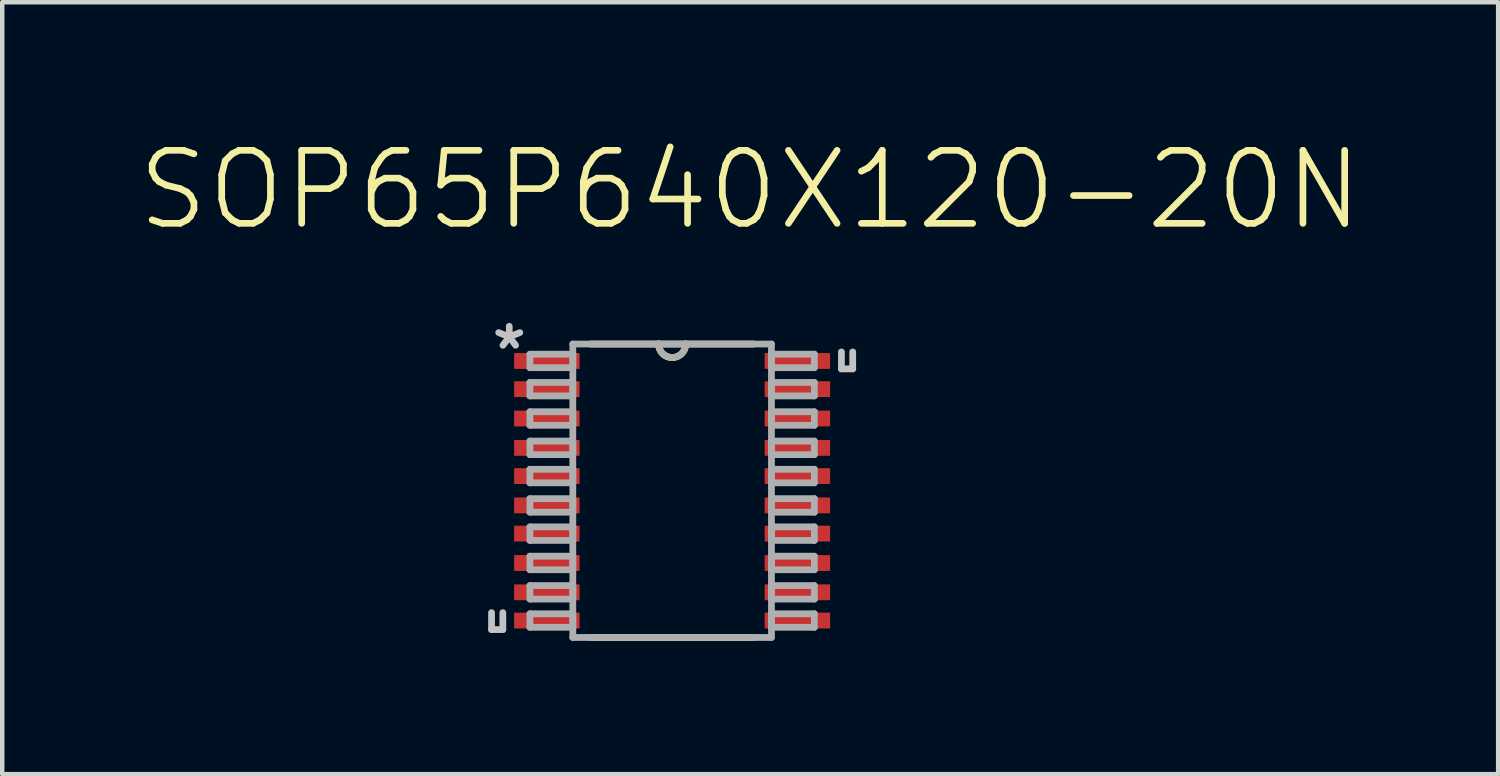
<source format=kicad_pcb>
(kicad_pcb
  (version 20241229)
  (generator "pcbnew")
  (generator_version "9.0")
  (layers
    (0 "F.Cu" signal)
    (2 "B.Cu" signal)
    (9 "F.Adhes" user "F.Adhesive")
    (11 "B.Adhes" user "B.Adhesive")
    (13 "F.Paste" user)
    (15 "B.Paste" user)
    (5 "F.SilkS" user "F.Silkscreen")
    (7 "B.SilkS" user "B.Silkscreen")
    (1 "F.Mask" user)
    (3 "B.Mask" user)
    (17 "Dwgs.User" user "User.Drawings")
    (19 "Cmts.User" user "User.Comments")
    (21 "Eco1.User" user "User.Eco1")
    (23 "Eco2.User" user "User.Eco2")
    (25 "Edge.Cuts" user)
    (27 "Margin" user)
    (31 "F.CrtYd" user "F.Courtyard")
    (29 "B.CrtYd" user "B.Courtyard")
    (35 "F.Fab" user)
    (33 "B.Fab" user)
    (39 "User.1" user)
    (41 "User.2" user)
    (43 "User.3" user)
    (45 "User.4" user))
  (footprint "SOP65P640X120-20N"
    (layer "F.Cu")
    (at 12.076 7.994)
    (property "Reference" "SOP65P640X120-20N" (at 1.756 -6.77 0) (layer "F.SilkS") (effects (font (size 1.643 1.643) (thickness 0.15))))
    (attr smd)
    (fp_line (start -1.829 3.302) (end 1.829 3.302) (stroke (width 0.152) (type solid)) (layer "F.SilkS"))
    (fp_line (start -0.305 -3.302) (end -1.829 -3.302) (stroke (width 0.152) (type solid)) (layer "F.SilkS"))
    (fp_line (start 0.305 -3.302) (end -0.305 -3.302) (stroke (width 0.152) (type solid)) (layer "F.SilkS"))
    (fp_line (start 1.829 -3.302) (end 0.305 -3.302) (stroke (width 0.152) (type solid)) (layer "F.SilkS"))
    (fp_arc (start 0.3048 -3.302) (mid 0 -2.9972) (end -0.3048 -3.302) (stroke (width 0.1524) (type solid)) (layer "F.SilkS"))
    (fp_line (start -4.064 2.743) (end -4.064 3.124) (stroke (width 0.152) (type solid)) (layer "Dwgs.User"))
    (fp_line (start -4.064 3.124) (end -3.81 3.124) (stroke (width 0.152) (type solid)) (layer "Dwgs.User"))
    (fp_line (start -3.81 3.124) (end -3.81 2.743) (stroke (width 0.152) (type solid)) (layer "Dwgs.User"))
    (fp_line (start 3.81 -2.743) (end 3.81 -3.124) (stroke (width 0.152) (type solid)) (layer "Dwgs.User"))
    (fp_line (start 4.064 -3.124) (end 4.064 -2.743) (stroke (width 0.152) (type solid)) (layer "Dwgs.User"))
    (fp_line (start 4.064 -2.743) (end 3.81 -2.743) (stroke (width 0.152) (type solid)) (layer "Dwgs.User"))
    (fp_line (start -3.2 -3.073) (end -3.2 -2.769) (stroke (width 0.152) (type solid)) (layer "F.Fab"))
    (fp_line (start -3.2 -2.769) (end -2.235 -2.769) (stroke (width 0.152) (type solid)) (layer "F.Fab"))
    (fp_line (start -3.2 -2.438) (end -3.2 -2.134) (stroke (width 0.152) (type solid)) (layer "F.Fab"))
    (fp_line (start -3.2 -2.134) (end -2.235 -2.134) (stroke (width 0.152) (type solid)) (layer "F.Fab"))
    (fp_line (start -3.2 -1.778) (end -3.2 -1.473) (stroke (width 0.152) (type solid)) (layer "F.Fab"))
    (fp_line (start -3.2 -1.473) (end -2.235 -1.473) (stroke (width 0.152) (type solid)) (layer "F.Fab"))
    (fp_line (start -3.2 -1.118) (end -3.2 -0.813) (stroke (width 0.152) (type solid)) (layer "F.Fab"))
    (fp_line (start -3.2 -0.813) (end -2.235 -0.813) (stroke (width 0.152) (type solid)) (layer "F.Fab"))
    (fp_line (start -3.2 -0.483) (end -3.2 -0.178) (stroke (width 0.152) (type solid)) (layer "F.Fab"))
    (fp_line (start -3.2 -0.178) (end -2.235 -0.178) (stroke (width 0.152) (type solid)) (layer "F.Fab"))
    (fp_line (start -3.2 0.178) (end -3.2 0.483) (stroke (width 0.152) (type solid)) (layer "F.Fab"))
    (fp_line (start -3.2 0.483) (end -2.235 0.483) (stroke (width 0.152) (type solid)) (layer "F.Fab"))
    (fp_line (start -3.2 0.813) (end -3.2 1.118) (stroke (width 0.152) (type solid)) (layer "F.Fab"))
    (fp_line (start -3.2 1.118) (end -2.235 1.118) (stroke (width 0.152) (type solid)) (layer "F.Fab"))
    (fp_line (start -3.2 1.473) (end -3.2 1.778) (stroke (width 0.152) (type solid)) (layer "F.Fab"))
    (fp_line (start -3.2 1.778) (end -2.235 1.778) (stroke (width 0.152) (type solid)) (layer "F.Fab"))
    (fp_line (start -3.2 2.134) (end -3.2 2.438) (stroke (width 0.152) (type solid)) (layer "F.Fab"))
    (fp_line (start -3.2 2.438) (end -2.235 2.438) (stroke (width 0.152) (type solid)) (layer "F.Fab"))
    (fp_line (start -3.2 2.769) (end -3.2 3.073) (stroke (width 0.152) (type solid)) (layer "F.Fab"))
    (fp_line (start -3.2 3.073) (end -2.235 3.073) (stroke (width 0.152) (type solid)) (layer "F.Fab"))
    (fp_line (start -2.235 -3.302) (end -2.235 3.302) (stroke (width 0.152) (type solid)) (layer "F.Fab"))
    (fp_line (start -2.235 -3.073) (end -3.2 -3.073) (stroke (width 0.152) (type solid)) (layer "F.Fab"))
    (fp_line (start -2.235 -2.769) (end -2.235 -3.073) (stroke (width 0.152) (type solid)) (layer "F.Fab"))
    (fp_line (start -2.235 -2.438) (end -3.2 -2.438) (stroke (width 0.152) (type solid)) (layer "F.Fab"))
    (fp_line (start -2.235 -2.134) (end -2.235 -2.438) (stroke (width 0.152) (type solid)) (layer "F.Fab"))
    (fp_line (start -2.235 -1.778) (end -3.2 -1.778) (stroke (width 0.152) (type solid)) (layer "F.Fab"))
    (fp_line (start -2.235 -1.473) (end -2.235 -1.778) (stroke (width 0.152) (type solid)) (layer "F.Fab"))
    (fp_line (start -2.235 -1.118) (end -3.2 -1.118) (stroke (width 0.152) (type solid)) (layer "F.Fab"))
    (fp_line (start -2.235 -0.813) (end -2.235 -1.118) (stroke (width 0.152) (type solid)) (layer "F.Fab"))
    (fp_line (start -2.235 -0.483) (end -3.2 -0.483) (stroke (width 0.152) (type solid)) (layer "F.Fab"))
    (fp_line (start -2.235 -0.178) (end -2.235 -0.483) (stroke (width 0.152) (type solid)) (layer "F.Fab"))
    (fp_line (start -2.235 0.178) (end -3.2 0.178) (stroke (width 0.152) (type solid)) (layer "F.Fab"))
    (fp_line (start -2.235 0.483) (end -2.235 0.178) (stroke (width 0.152) (type solid)) (layer "F.Fab"))
    (fp_line (start -2.235 0.813) (end -3.2 0.813) (stroke (width 0.152) (type solid)) (layer "F.Fab"))
    (fp_line (start -2.235 1.118) (end -2.235 0.813) (stroke (width 0.152) (type solid)) (layer "F.Fab"))
    (fp_line (start -2.235 1.473) (end -3.2 1.473) (stroke (width 0.152) (type solid)) (layer "F.Fab"))
    (fp_line (start -2.235 1.778) (end -2.235 1.473) (stroke (width 0.152) (type solid)) (layer "F.Fab"))
    (fp_line (start -2.235 2.134) (end -3.2 2.134) (stroke (width 0.152) (type solid)) (layer "F.Fab"))
    (fp_line (start -2.235 2.438) (end -2.235 2.134) (stroke (width 0.152) (type solid)) (layer "F.Fab"))
    (fp_line (start -2.235 2.769) (end -3.2 2.769) (stroke (width 0.152) (type solid)) (layer "F.Fab"))
    (fp_line (start -2.235 3.073) (end -2.235 2.769) (stroke (width 0.152) (type solid)) (layer "F.Fab"))
    (fp_line (start -2.235 3.302) (end 2.235 3.302) (stroke (width 0.152) (type solid)) (layer "F.Fab"))
    (fp_line (start -0.305 -3.302) (end -2.235 -3.302) (stroke (width 0.152) (type solid)) (layer "F.Fab"))
    (fp_line (start 0.305 -3.302) (end -0.305 -3.302) (stroke (width 0.152) (type solid)) (layer "F.Fab"))
    (fp_line (start 2.235 -3.302) (end 0.305 -3.302) (stroke (width 0.152) (type solid)) (layer "F.Fab"))
    (fp_line (start 2.235 -3.073) (end 2.235 -2.769) (stroke (width 0.152) (type solid)) (layer "F.Fab"))
    (fp_line (start 2.235 -2.769) (end 3.2 -2.769) (stroke (width 0.152) (type solid)) (layer "F.Fab"))
    (fp_line (start 2.235 -2.438) (end 2.235 -2.134) (stroke (width 0.152) (type solid)) (layer "F.Fab"))
    (fp_line (start 2.235 -2.134) (end 3.2 -2.134) (stroke (width 0.152) (type solid)) (layer "F.Fab"))
    (fp_line (start 2.235 -1.778) (end 2.235 -1.473) (stroke (width 0.152) (type solid)) (layer "F.Fab"))
    (fp_line (start 2.235 -1.473) (end 3.2 -1.473) (stroke (width 0.152) (type solid)) (layer "F.Fab"))
    (fp_line (start 2.235 -1.118) (end 2.235 -0.813) (stroke (width 0.152) (type solid)) (layer "F.Fab"))
    (fp_line (start 2.235 -0.813) (end 3.2 -0.813) (stroke (width 0.152) (type solid)) (layer "F.Fab"))
    (fp_line (start 2.235 -0.483) (end 2.235 -0.178) (stroke (width 0.152) (type solid)) (layer "F.Fab"))
    (fp_line (start 2.235 -0.178) (end 3.2 -0.178) (stroke (width 0.152) (type solid)) (layer "F.Fab"))
    (fp_line (start 2.235 0.178) (end 2.235 0.483) (stroke (width 0.152) (type solid)) (layer "F.Fab"))
    (fp_line (start 2.235 0.483) (end 3.2 0.483) (stroke (width 0.152) (type solid)) (layer "F.Fab"))
    (fp_line (start 2.235 0.813) (end 2.235 1.118) (stroke (width 0.152) (type solid)) (layer "F.Fab"))
    (fp_line (start 2.235 1.118) (end 3.2 1.118) (stroke (width 0.152) (type solid)) (layer "F.Fab"))
    (fp_line (start 2.235 1.473) (end 2.235 1.778) (stroke (width 0.152) (type solid)) (layer "F.Fab"))
    (fp_line (start 2.235 1.778) (end 3.2 1.778) (stroke (width 0.152) (type solid)) (layer "F.Fab"))
    (fp_line (start 2.235 2.134) (end 2.235 2.438) (stroke (width 0.152) (type solid)) (layer "F.Fab"))
    (fp_line (start 2.235 2.438) (end 3.2 2.438) (stroke (width 0.152) (type solid)) (layer "F.Fab"))
    (fp_line (start 2.235 2.769) (end 2.235 3.073) (stroke (width 0.152) (type solid)) (layer "F.Fab"))
    (fp_line (start 2.235 3.073) (end 3.2 3.073) (stroke (width 0.152) (type solid)) (layer "F.Fab"))
    (fp_line (start 2.235 3.302) (end 2.235 -3.302) (stroke (width 0.152) (type solid)) (layer "F.Fab"))
    (fp_line (start 3.2 -3.073) (end 2.235 -3.073) (stroke (width 0.152) (type solid)) (layer "F.Fab"))
    (fp_line (start 3.2 -2.769) (end 3.2 -3.073) (stroke (width 0.152) (type solid)) (layer "F.Fab"))
    (fp_line (start 3.2 -2.438) (end 2.235 -2.438) (stroke (width 0.152) (type solid)) (layer "F.Fab"))
    (fp_line (start 3.2 -2.134) (end 3.2 -2.438) (stroke (width 0.152) (type solid)) (layer "F.Fab"))
    (fp_line (start 3.2 -1.778) (end 2.235 -1.778) (stroke (width 0.152) (type solid)) (layer "F.Fab"))
    (fp_line (start 3.2 -1.473) (end 3.2 -1.778) (stroke (width 0.152) (type solid)) (layer "F.Fab"))
    (fp_line (start 3.2 -1.118) (end 2.235 -1.118) (stroke (width 0.152) (type solid)) (layer "F.Fab"))
    (fp_line (start 3.2 -0.813) (end 3.2 -1.118) (stroke (width 0.152) (type solid)) (layer "F.Fab"))
    (fp_line (start 3.2 -0.483) (end 2.235 -0.483) (stroke (width 0.152) (type solid)) (layer "F.Fab"))
    (fp_line (start 3.2 -0.178) (end 3.2 -0.483) (stroke (width 0.152) (type solid)) (layer "F.Fab"))
    (fp_line (start 3.2 0.178) (end 2.235 0.178) (stroke (width 0.152) (type solid)) (layer "F.Fab"))
    (fp_line (start 3.2 0.483) (end 3.2 0.178) (stroke (width 0.152) (type solid)) (layer "F.Fab"))
    (fp_line (start 3.2 0.813) (end 2.235 0.813) (stroke (width 0.152) (type solid)) (layer "F.Fab"))
    (fp_line (start 3.2 1.118) (end 3.2 0.813) (stroke (width 0.152) (type solid)) (layer "F.Fab"))
    (fp_line (start 3.2 1.473) (end 2.235 1.473) (stroke (width 0.152) (type solid)) (layer "F.Fab"))
    (fp_line (start 3.2 1.778) (end 3.2 1.473) (stroke (width 0.152) (type solid)) (layer "F.Fab"))
    (fp_line (start 3.2 2.134) (end 2.235 2.134) (stroke (width 0.152) (type solid)) (layer "F.Fab"))
    (fp_line (start 3.2 2.438) (end 3.2 2.134) (stroke (width 0.152) (type solid)) (layer "F.Fab"))
    (fp_line (start 3.2 2.769) (end 2.235 2.769) (stroke (width 0.152) (type solid)) (layer "F.Fab"))
    (fp_line (start 3.2 3.073) (end 3.2 2.769) (stroke (width 0.152) (type solid)) (layer "F.Fab"))
    (fp_arc (start 0.3048 -3.302) (mid 0 -2.9972) (end -0.3048 -3.302) (stroke (width 0.1524) (type solid)) (layer "F.Fab"))
    (fp_text user "*" (at -3.665 -3.156 0) (layer "Dwgs.User") (effects (font (size 1.002 1.002) (thickness 0.15))))
    (pad "1" smd rect (at -2.819 -2.921) (size 1.473 0.356) (layers "F.Cu" "F.Mask" "F.Paste"))
    (pad "2" smd rect (at -2.819 -2.286) (size 1.473 0.356) (layers "F.Cu" "F.Mask" "F.Paste"))
    (pad "3" smd rect (at -2.819 -1.626) (size 1.473 0.356) (layers "F.Cu" "F.Mask" "F.Paste"))
    (pad "4" smd rect (at -2.819 -0.965) (size 1.473 0.356) (layers "F.Cu" "F.Mask" "F.Paste"))
    (pad "5" smd rect (at -2.819 -0.33) (size 1.473 0.356) (layers "F.Cu" "F.Mask" "F.Paste"))
    (pad "6" smd rect (at -2.819 0.33) (size 1.473 0.356) (layers "F.Cu" "F.Mask" "F.Paste"))
    (pad "7" smd rect (at -2.819 0.965) (size 1.473 0.356) (layers "F.Cu" "F.Mask" "F.Paste"))
    (pad "8" smd rect (at -2.819 1.626) (size 1.473 0.356) (layers "F.Cu" "F.Mask" "F.Paste"))
    (pad "9" smd rect (at -2.819 2.286) (size 1.473 0.356) (layers "F.Cu" "F.Mask" "F.Paste"))
    (pad "10" smd rect (at -2.819 2.921) (size 1.473 0.356) (layers "F.Cu" "F.Mask" "F.Paste"))
    (pad "11" smd rect (at 2.819 2.921) (size 1.473 0.356) (layers "F.Cu" "F.Mask" "F.Paste"))
    (pad "12" smd rect (at 2.819 2.286) (size 1.473 0.356) (layers "F.Cu" "F.Mask" "F.Paste"))
    (pad "13" smd rect (at 2.819 1.626) (size 1.473 0.356) (layers "F.Cu" "F.Mask" "F.Paste"))
    (pad "14" smd rect (at 2.819 0.965) (size 1.473 0.356) (layers "F.Cu" "F.Mask" "F.Paste"))
    (pad "15" smd rect (at 2.819 0.33) (size 1.473 0.356) (layers "F.Cu" "F.Mask" "F.Paste"))
    (pad "16" smd rect (at 2.819 -0.33) (size 1.473 0.356) (layers "F.Cu" "F.Mask" "F.Paste"))
    (pad "17" smd rect (at 2.819 -0.965) (size 1.473 0.356) (layers "F.Cu" "F.Mask" "F.Paste"))
    (pad "18" smd rect (at 2.819 -1.626) (size 1.473 0.356) (layers "F.Cu" "F.Mask" "F.Paste"))
    (pad "19" smd rect (at 2.819 -2.286) (size 1.473 0.356) (layers "F.Cu" "F.Mask" "F.Paste"))
    (pad "20" smd rect (at 2.819 -2.921) (size 1.473 0.356) (layers "F.Cu" "F.Mask" "F.Paste")))
  (gr_rect
    (start -3 -3)
    (end 30.665 14.372)
    (stroke (width 0.1) (type default))
    (fill no)
    (layer "Edge.Cuts")))
</source>
